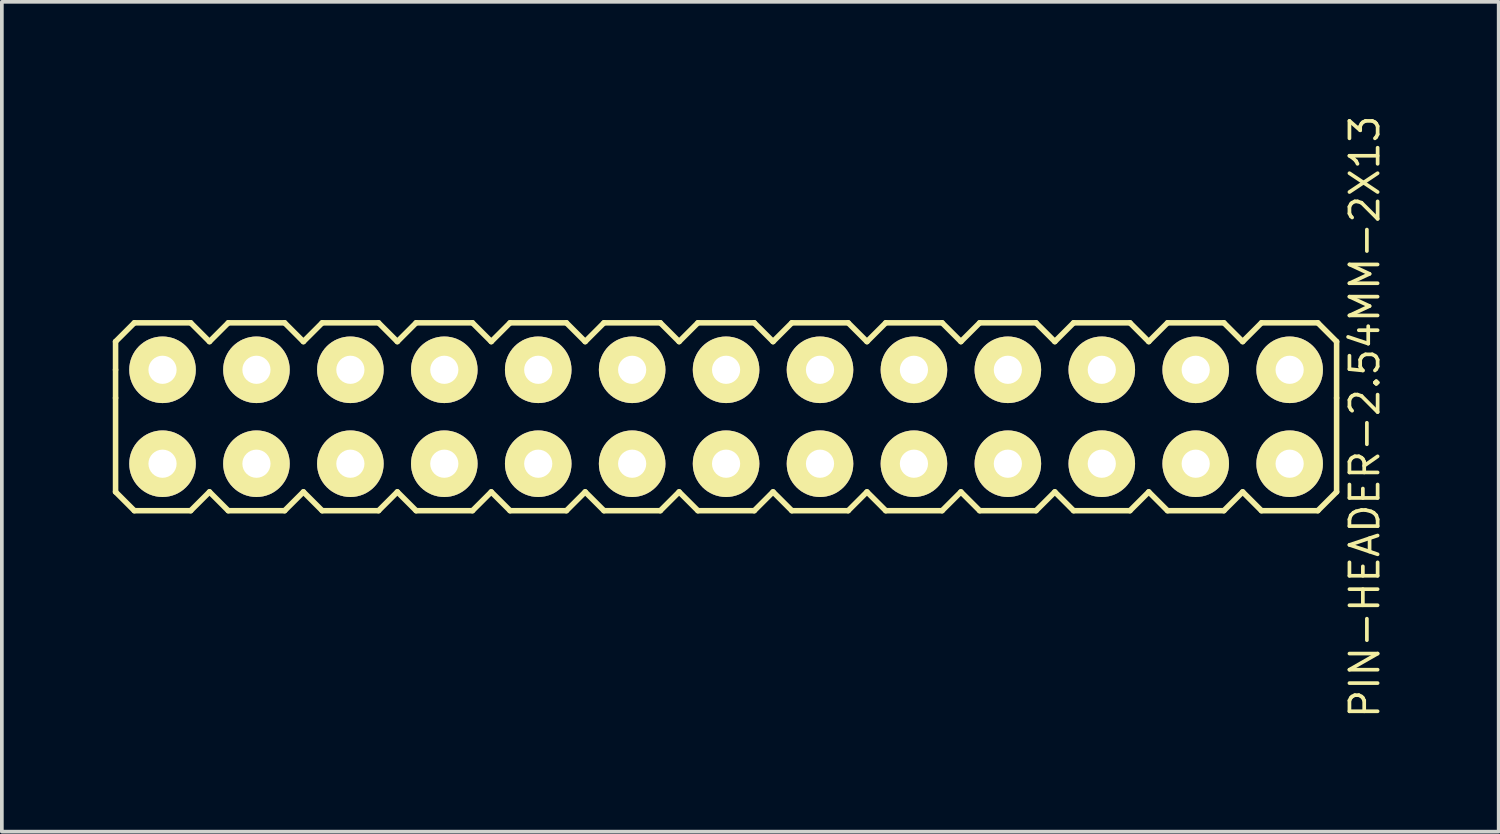
<source format=kicad_pcb>
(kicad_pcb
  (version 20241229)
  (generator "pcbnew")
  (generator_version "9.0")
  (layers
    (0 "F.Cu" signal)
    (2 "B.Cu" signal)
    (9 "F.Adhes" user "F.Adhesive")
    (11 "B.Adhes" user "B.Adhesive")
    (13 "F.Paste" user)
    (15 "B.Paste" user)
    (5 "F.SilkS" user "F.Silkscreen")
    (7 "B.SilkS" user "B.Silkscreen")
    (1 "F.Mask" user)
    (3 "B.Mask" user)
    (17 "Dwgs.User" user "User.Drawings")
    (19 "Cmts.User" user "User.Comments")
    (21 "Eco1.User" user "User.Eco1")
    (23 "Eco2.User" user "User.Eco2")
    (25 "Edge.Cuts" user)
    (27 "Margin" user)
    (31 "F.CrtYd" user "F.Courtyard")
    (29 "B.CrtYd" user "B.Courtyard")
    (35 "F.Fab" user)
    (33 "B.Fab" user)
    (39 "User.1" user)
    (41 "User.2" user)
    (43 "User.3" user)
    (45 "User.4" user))
  (footprint "PIN-HEADER-2.54MM-2X13"
    (layer "F.Cu")
    (at 16.585 8.22)
    (property "Reference" "PIN-HEADER-2.54MM-2X13" (at 17.272 0 90) (layer "F.SilkS") (effects (font (size 0.762 0.762) (thickness 0.1))))
    (attr through_hole)
    (fp_line (start -16.51 -2.032) (end -16.002 -2.54) (stroke (width 0.15) (type solid)) (layer "F.SilkS"))
    (fp_line (start -16.51 -1.27) (end -16.51 -2.032) (stroke (width 0.15) (type solid)) (layer "F.SilkS"))
    (fp_line (start -16.51 -0.508) (end -16.51 -1.27) (stroke (width 0.15) (type solid)) (layer "F.SilkS"))
    (fp_line (start -16.51 -0.508) (end -16.51 2.032) (stroke (width 0.15) (type solid)) (layer "F.SilkS"))
    (fp_line (start -16.002 -2.54) (end -14.478 -2.54) (stroke (width 0.15) (type solid)) (layer "F.SilkS"))
    (fp_line (start -16.002 2.54) (end -16.51 2.032) (stroke (width 0.15) (type solid)) (layer "F.SilkS"))
    (fp_line (start -14.478 -2.54) (end -13.97 -2.032) (stroke (width 0.15) (type solid)) (layer "F.SilkS"))
    (fp_line (start -14.478 2.54) (end -16.002 2.54) (stroke (width 0.15) (type solid)) (layer "F.SilkS"))
    (fp_line (start -13.97 -2.032) (end -13.462 -2.54) (stroke (width 0.15) (type solid)) (layer "F.SilkS"))
    (fp_line (start -13.97 2.032) (end -14.478 2.54) (stroke (width 0.15) (type solid)) (layer "F.SilkS"))
    (fp_line (start -13.462 -2.54) (end -11.938 -2.54) (stroke (width 0.15) (type solid)) (layer "F.SilkS"))
    (fp_line (start -13.462 2.54) (end -13.97 2.032) (stroke (width 0.15) (type solid)) (layer "F.SilkS"))
    (fp_line (start -11.938 -2.54) (end -11.43 -2.032) (stroke (width 0.15) (type solid)) (layer "F.SilkS"))
    (fp_line (start -11.938 2.54) (end -13.462 2.54) (stroke (width 0.15) (type solid)) (layer "F.SilkS"))
    (fp_line (start -11.43 -2.032) (end -10.922 -2.54) (stroke (width 0.15) (type solid)) (layer "F.SilkS"))
    (fp_line (start -11.43 2.032) (end -11.938 2.54) (stroke (width 0.15) (type solid)) (layer "F.SilkS"))
    (fp_line (start -10.922 -2.54) (end -9.398 -2.54) (stroke (width 0.15) (type solid)) (layer "F.SilkS"))
    (fp_line (start -10.922 2.54) (end -11.43 2.032) (stroke (width 0.15) (type solid)) (layer "F.SilkS"))
    (fp_line (start -9.398 -2.54) (end -8.89 -2.032) (stroke (width 0.15) (type solid)) (layer "F.SilkS"))
    (fp_line (start -9.398 2.54) (end -10.922 2.54) (stroke (width 0.15) (type solid)) (layer "F.SilkS"))
    (fp_line (start -8.89 -2.032) (end -8.382 -2.54) (stroke (width 0.15) (type solid)) (layer "F.SilkS"))
    (fp_line (start -8.89 2.032) (end -9.398 2.54) (stroke (width 0.15) (type solid)) (layer "F.SilkS"))
    (fp_line (start -8.382 -2.54) (end -6.858 -2.54) (stroke (width 0.15) (type solid)) (layer "F.SilkS"))
    (fp_line (start -8.382 2.54) (end -8.89 2.032) (stroke (width 0.15) (type solid)) (layer "F.SilkS"))
    (fp_line (start -6.858 -2.54) (end -6.35 -2.032) (stroke (width 0.15) (type solid)) (layer "F.SilkS"))
    (fp_line (start -6.858 2.54) (end -8.382 2.54) (stroke (width 0.15) (type solid)) (layer "F.SilkS"))
    (fp_line (start -6.35 -2.032) (end -5.842 -2.54) (stroke (width 0.15) (type solid)) (layer "F.SilkS"))
    (fp_line (start -6.35 2.032) (end -6.858 2.54) (stroke (width 0.15) (type solid)) (layer "F.SilkS"))
    (fp_line (start -5.842 -2.54) (end -4.318 -2.54) (stroke (width 0.15) (type solid)) (layer "F.SilkS"))
    (fp_line (start -5.842 2.54) (end -6.35 2.032) (stroke (width 0.15) (type solid)) (layer "F.SilkS"))
    (fp_line (start -4.318 -2.54) (end -3.81 -2.032) (stroke (width 0.15) (type solid)) (layer "F.SilkS"))
    (fp_line (start -4.318 2.54) (end -5.842 2.54) (stroke (width 0.15) (type solid)) (layer "F.SilkS"))
    (fp_line (start -3.81 -2.032) (end -3.302 -2.54) (stroke (width 0.15) (type solid)) (layer "F.SilkS"))
    (fp_line (start -3.81 2.032) (end -4.318 2.54) (stroke (width 0.15) (type solid)) (layer "F.SilkS"))
    (fp_line (start -3.302 -2.54) (end -1.778 -2.54) (stroke (width 0.15) (type solid)) (layer "F.SilkS"))
    (fp_line (start -3.302 2.54) (end -3.81 2.032) (stroke (width 0.15) (type solid)) (layer "F.SilkS"))
    (fp_line (start -1.778 -2.54) (end -1.27 -2.032) (stroke (width 0.15) (type solid)) (layer "F.SilkS"))
    (fp_line (start -1.778 2.54) (end -3.302 2.54) (stroke (width 0.15) (type solid)) (layer "F.SilkS"))
    (fp_line (start -1.27 -2.032) (end -0.762 -2.54) (stroke (width 0.15) (type solid)) (layer "F.SilkS"))
    (fp_line (start -1.27 2.032) (end -1.778 2.54) (stroke (width 0.15) (type solid)) (layer "F.SilkS"))
    (fp_line (start -0.762 -2.54) (end 0.762 -2.54) (stroke (width 0.15) (type solid)) (layer "F.SilkS"))
    (fp_line (start -0.762 2.54) (end -1.27 2.032) (stroke (width 0.15) (type solid)) (layer "F.SilkS"))
    (fp_line (start 0.762 -2.54) (end 1.27 -2.032) (stroke (width 0.15) (type solid)) (layer "F.SilkS"))
    (fp_line (start 0.762 2.54) (end -0.762 2.54) (stroke (width 0.15) (type solid)) (layer "F.SilkS"))
    (fp_line (start 1.27 -2.032) (end 1.778 -2.54) (stroke (width 0.15) (type solid)) (layer "F.SilkS"))
    (fp_line (start 1.27 2.032) (end 0.762 2.54) (stroke (width 0.15) (type solid)) (layer "F.SilkS"))
    (fp_line (start 1.778 -2.54) (end 3.302 -2.54) (stroke (width 0.15) (type solid)) (layer "F.SilkS"))
    (fp_line (start 1.778 2.54) (end 1.27 2.032) (stroke (width 0.15) (type solid)) (layer "F.SilkS"))
    (fp_line (start 3.302 -2.54) (end 3.81 -2.032) (stroke (width 0.15) (type solid)) (layer "F.SilkS"))
    (fp_line (start 3.302 2.54) (end 1.778 2.54) (stroke (width 0.15) (type solid)) (layer "F.SilkS"))
    (fp_line (start 3.81 -2.032) (end 4.318 -2.54) (stroke (width 0.15) (type solid)) (layer "F.SilkS"))
    (fp_line (start 3.81 2.032) (end 3.302 2.54) (stroke (width 0.15) (type solid)) (layer "F.SilkS"))
    (fp_line (start 4.318 -2.54) (end 5.842 -2.54) (stroke (width 0.15) (type solid)) (layer "F.SilkS"))
    (fp_line (start 4.318 2.54) (end 3.81 2.032) (stroke (width 0.15) (type solid)) (layer "F.SilkS"))
    (fp_line (start 5.842 -2.54) (end 6.35 -2.032) (stroke (width 0.15) (type solid)) (layer "F.SilkS"))
    (fp_line (start 5.842 2.54) (end 4.318 2.54) (stroke (width 0.15) (type solid)) (layer "F.SilkS"))
    (fp_line (start 6.35 -2.032) (end 6.858 -2.54) (stroke (width 0.15) (type solid)) (layer "F.SilkS"))
    (fp_line (start 6.35 2.032) (end 5.842 2.54) (stroke (width 0.15) (type solid)) (layer "F.SilkS"))
    (fp_line (start 6.858 -2.54) (end 8.382 -2.54) (stroke (width 0.15) (type solid)) (layer "F.SilkS"))
    (fp_line (start 6.858 2.54) (end 6.35 2.032) (stroke (width 0.15) (type solid)) (layer "F.SilkS"))
    (fp_line (start 8.382 -2.54) (end 8.89 -2.032) (stroke (width 0.15) (type solid)) (layer "F.SilkS"))
    (fp_line (start 8.382 2.54) (end 6.858 2.54) (stroke (width 0.15) (type solid)) (layer "F.SilkS"))
    (fp_line (start 8.89 -2.032) (end 9.398 -2.54) (stroke (width 0.15) (type solid)) (layer "F.SilkS"))
    (fp_line (start 8.89 2.032) (end 8.382 2.54) (stroke (width 0.15) (type solid)) (layer "F.SilkS"))
    (fp_line (start 9.398 -2.54) (end 10.922 -2.54) (stroke (width 0.15) (type solid)) (layer "F.SilkS"))
    (fp_line (start 9.398 2.54) (end 8.89 2.032) (stroke (width 0.15) (type solid)) (layer "F.SilkS"))
    (fp_line (start 10.922 -2.54) (end 11.43 -2.032) (stroke (width 0.15) (type solid)) (layer "F.SilkS"))
    (fp_line (start 10.922 2.54) (end 9.398 2.54) (stroke (width 0.15) (type solid)) (layer "F.SilkS"))
    (fp_line (start 11.43 -2.032) (end 11.938 -2.54) (stroke (width 0.15) (type solid)) (layer "F.SilkS"))
    (fp_line (start 11.43 2.032) (end 10.922 2.54) (stroke (width 0.15) (type solid)) (layer "F.SilkS"))
    (fp_line (start 11.938 -2.54) (end 13.462 -2.54) (stroke (width 0.15) (type solid)) (layer "F.SilkS"))
    (fp_line (start 11.938 2.54) (end 11.43 2.032) (stroke (width 0.15) (type solid)) (layer "F.SilkS"))
    (fp_line (start 13.462 -2.54) (end 13.97 -2.032) (stroke (width 0.15) (type solid)) (layer "F.SilkS"))
    (fp_line (start 13.462 2.54) (end 11.938 2.54) (stroke (width 0.15) (type solid)) (layer "F.SilkS"))
    (fp_line (start 13.97 -2.032) (end 14.478 -2.54) (stroke (width 0.15) (type solid)) (layer "F.SilkS"))
    (fp_line (start 13.97 2.032) (end 13.462 2.54) (stroke (width 0.15) (type solid)) (layer "F.SilkS"))
    (fp_line (start 14.478 -2.54) (end 16.002 -2.54) (stroke (width 0.15) (type solid)) (layer "F.SilkS"))
    (fp_line (start 14.478 2.54) (end 13.97 2.032) (stroke (width 0.15) (type solid)) (layer "F.SilkS"))
    (fp_line (start 16.002 -2.54) (end 16.51 -2.032) (stroke (width 0.15) (type solid)) (layer "F.SilkS"))
    (fp_line (start 16.002 2.54) (end 14.478 2.54) (stroke (width 0.15) (type solid)) (layer "F.SilkS"))
    (fp_line (start 16.51 -2.032) (end 16.51 -0.508) (stroke (width 0.15) (type solid)) (layer "F.SilkS"))
    (fp_line (start 16.51 -0.508) (end 16.51 2.032) (stroke (width 0.15) (type solid)) (layer "F.SilkS"))
    (fp_line (start 16.51 2.032) (end 16.002 2.54) (stroke (width 0.15) (type solid)) (layer "F.SilkS"))
    (pad "1" thru_hole circle (at -15.24 1.27) (size 1.8 1.8) (drill 0.762) (layers "*.Cu" "*.Mask" "F.SilkS"))
    (pad "2" thru_hole circle (at -15.24 -1.27) (size 1.8 1.8) (drill 0.762) (layers "*.Cu" "*.Mask" "F.SilkS"))
    (pad "3" thru_hole circle (at -12.7 1.27) (size 1.8 1.8) (drill 0.762) (layers "*.Cu" "*.Mask" "F.SilkS"))
    (pad "4" thru_hole circle (at -12.7 -1.27) (size 1.8 1.8) (drill 0.762) (layers "*.Cu" "*.Mask" "F.SilkS"))
    (pad "5" thru_hole circle (at -10.16 1.27) (size 1.8 1.8) (drill 0.762) (layers "*.Cu" "*.Mask" "F.SilkS"))
    (pad "6" thru_hole circle (at -10.16 -1.27) (size 1.8 1.8) (drill 0.762) (layers "*.Cu" "*.Mask" "F.SilkS"))
    (pad "7" thru_hole circle (at -7.62 1.27) (size 1.8 1.8) (drill 0.762) (layers "*.Cu" "*.Mask" "F.SilkS"))
    (pad "8" thru_hole circle (at -7.62 -1.27) (size 1.8 1.8) (drill 0.762) (layers "*.Cu" "*.Mask" "F.SilkS"))
    (pad "9" thru_hole circle (at -5.08 1.27) (size 1.8 1.8) (drill 0.762) (layers "*.Cu" "*.Mask" "F.SilkS"))
    (pad "10" thru_hole circle (at -5.08 -1.27) (size 1.8 1.8) (drill 0.762) (layers "*.Cu" "*.Mask" "F.SilkS"))
    (pad "11" thru_hole circle (at -2.54 1.27) (size 1.8 1.8) (drill 0.762) (layers "*.Cu" "*.Mask" "F.SilkS"))
    (pad "12" thru_hole circle (at -2.54 -1.27) (size 1.8 1.8) (drill 0.762) (layers "*.Cu" "*.Mask" "F.SilkS"))
    (pad "13" thru_hole circle (at 0 1.27) (size 1.8 1.8) (drill 0.762) (layers "*.Cu" "*.Mask" "F.SilkS"))
    (pad "14" thru_hole circle (at 0 -1.27) (size 1.8 1.8) (drill 0.762) (layers "*.Cu" "*.Mask" "F.SilkS"))
    (pad "15" thru_hole circle (at 2.54 1.27) (size 1.8 1.8) (drill 0.762) (layers "*.Cu" "*.Mask" "F.SilkS"))
    (pad "16" thru_hole circle (at 2.54 -1.27) (size 1.8 1.8) (drill 0.762) (layers "*.Cu" "*.Mask" "F.SilkS"))
    (pad "17" thru_hole circle (at 5.08 1.27) (size 1.8 1.8) (drill 0.762) (layers "*.Cu" "*.Mask" "F.SilkS"))
    (pad "18" thru_hole circle (at 5.08 -1.27) (size 1.8 1.8) (drill 0.762) (layers "*.Cu" "*.Mask" "F.SilkS"))
    (pad "19" thru_hole circle (at 7.62 1.27) (size 1.8 1.8) (drill 0.762) (layers "*.Cu" "*.Mask" "F.SilkS"))
    (pad "20" thru_hole circle (at 7.62 -1.27) (size 1.8 1.8) (drill 0.762) (layers "*.Cu" "*.Mask" "F.SilkS"))
    (pad "21" thru_hole circle (at 10.16 1.27) (size 1.8 1.8) (drill 0.762) (layers "*.Cu" "*.Mask" "F.SilkS"))
    (pad "22" thru_hole circle (at 10.16 -1.27) (size 1.8 1.8) (drill 0.762) (layers "*.Cu" "*.Mask" "F.SilkS"))
    (pad "23" thru_hole circle (at 12.7 1.27) (size 1.8 1.8) (drill 0.762) (layers "*.Cu" "*.Mask" "F.SilkS"))
    (pad "24" thru_hole circle (at 12.7 -1.27) (size 1.8 1.8) (drill 0.762) (layers "*.Cu" "*.Mask" "F.SilkS"))
    (pad "25" thru_hole circle (at 15.24 1.27) (size 1.8 1.8) (drill 0.762) (layers "*.Cu" "*.Mask" "F.SilkS"))
    (pad "26" thru_hole circle (at 15.24 -1.27) (size 1.8 1.8) (drill 0.762) (layers "*.Cu" "*.Mask" "F.SilkS")))
  (gr_rect
    (start -3 -3)
    (end 37.478 19.44)
    (stroke (width 0.1) (type default))
    (fill no)
    (layer "Edge.Cuts")))
</source>
